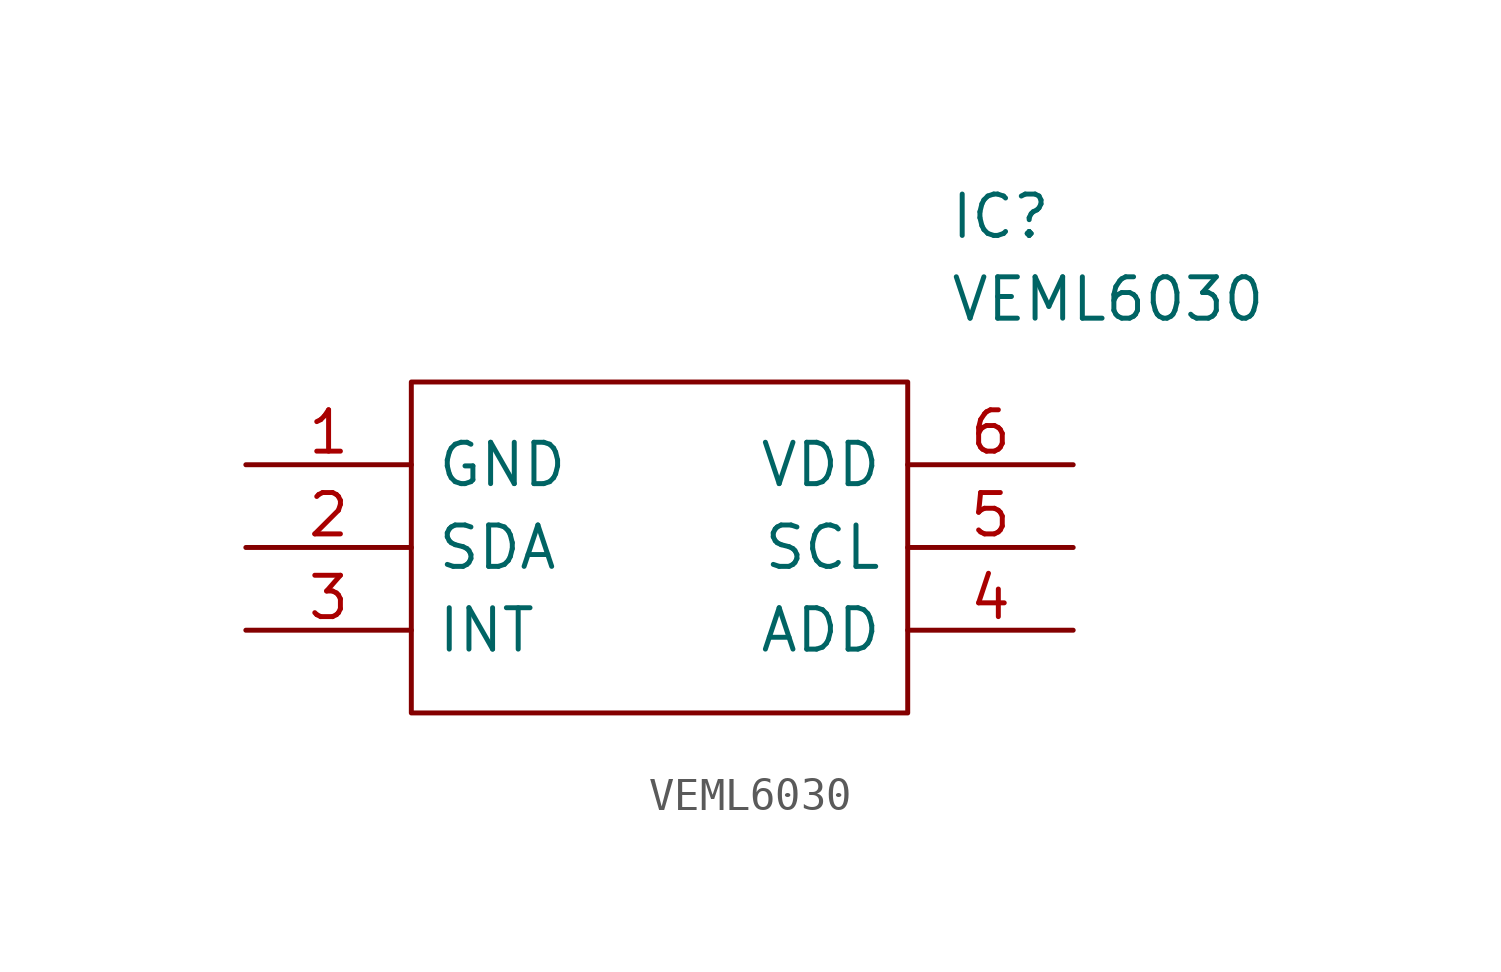
<source format=kicad_sym>
(kicad_symbol_lib
  (version 20220914)
  (generator kicad_symbol_editor)
  (symbol "VEML6030"
    (pin_names
      (offset 0.762))
    (property "Reference" "IC"
      (at 21.59 7.62 0)
      (effects (font (size 1.27 1.27)) (justify left)))
    (property "Value" "VEML6030"
      (at 21.59 5.08 0)
      (effects (font (size 1.27 1.27)) (justify left)))
    (symbol "VEML6030_0_0"
      (pin passive line (at 0 0 0) (length 5.08) (name "GND" (effects (font (size 1.27 1.27)))) (number "1" (effects (font (size 1.27 1.27)))))
      (pin passive line (at 0 -2.54 0) (length 5.08) (name "SDA" (effects (font (size 1.27 1.27)))) (number "2" (effects (font (size 1.27 1.27)))))
      (pin passive line (at 0 -5.08 0) (length 5.08) (name "INT" (effects (font (size 1.27 1.27)))) (number "3" (effects (font (size 1.27 1.27)))))
      (pin passive line (at 25.4 -5.08 180) (length 5.08) (name "ADD" (effects (font (size 1.27 1.27)))) (number "4" (effects (font (size 1.27 1.27)))))
      (pin passive line (at 25.4 -2.54 180) (length 5.08) (name "SCL" (effects (font (size 1.27 1.27)))) (number "5" (effects (font (size 1.27 1.27)))))
      (pin passive line (at 25.4 0 180) (length 5.08) (name "VDD" (effects (font (size 1.27 1.27)))) (number "6" (effects (font (size 1.27 1.27))))))
    (symbol "VEML6030_0_1"
      (polyline (pts (xy 5.08 2.54) (xy 20.32 2.54) (xy 20.32 -7.62) (xy 5.08 -7.62) (xy 5.08 2.54)) (stroke (width 0.152) (type solid)) (fill (type none))))))
</source>
